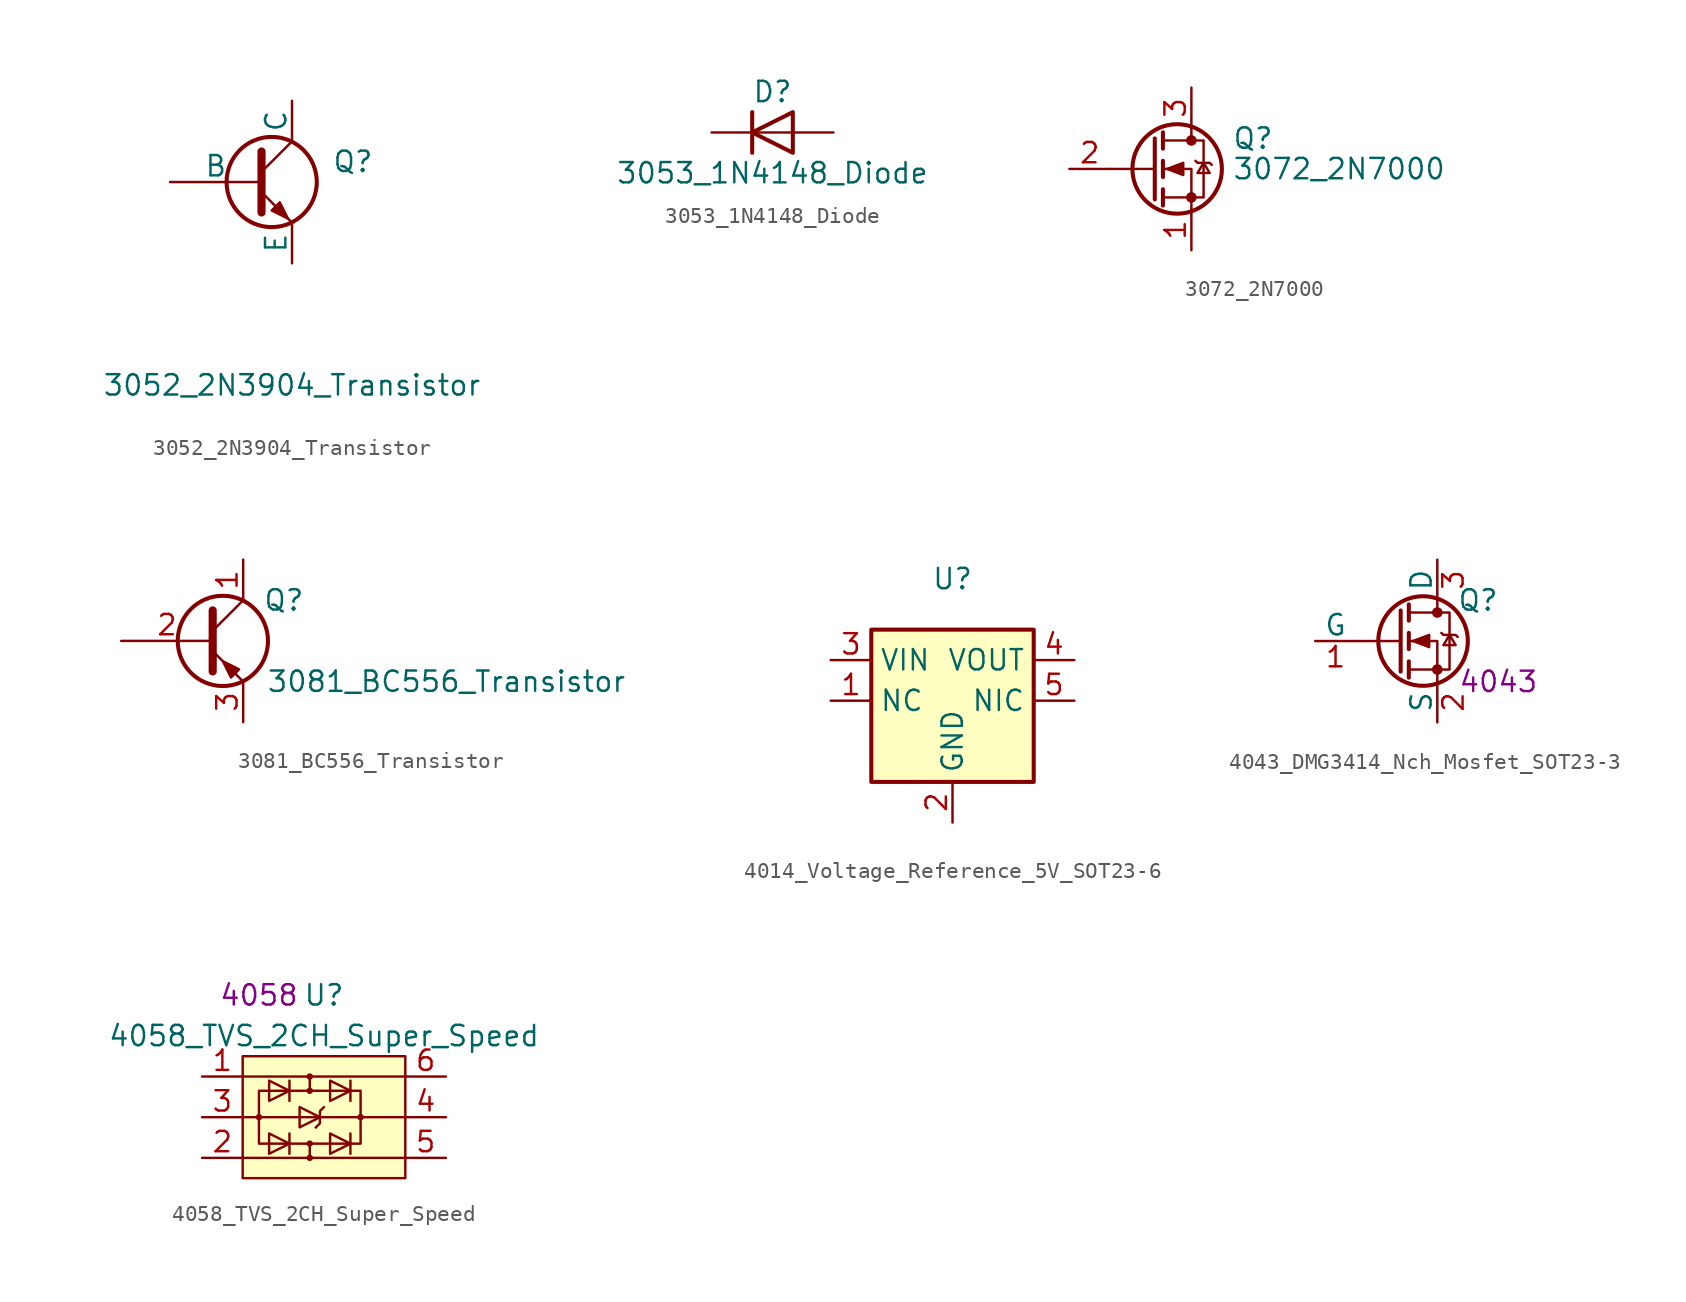
<source format=kicad_sym>
(kicad_symbol_lib
  (version 20211014)
  (generator kicad_symbol_editor)
  (symbol "3052_2N3904_Transistor"
    (pin_numbers hide)
    (pin_names
      (offset 0))
    (property "Reference" "Q"
      (at 5.08 1.27 0)
      (effects (font (size 1.27 1.27))))
    (property "Value" "3052_2N3904_Transistor"
      (at 1.27 -12.7 0)
      (effects (font (size 1.27 1.27))))
    (symbol "3052_2N3904_Transistor_1_1"
      (polyline (pts (xy -0.635 0.635) (xy 1.27 2.54)) (stroke (width 0) (type default) (color 0 0 0 0)) (fill (type none)))
      (polyline (pts (xy -0.635 -0.635) (xy 1.27 -2.54) (xy 1.27 -2.54)) (stroke (width 0) (type default) (color 0 0 0 0)) (fill (type none)))
      (polyline (pts (xy -0.635 1.905) (xy -0.635 -1.905) (xy -0.635 -1.905)) (stroke (width 0.508) (type default) (color 0 0 0 0)) (fill (type none)))
      (polyline (pts (xy 0 -1.778) (xy 0.508 -1.27) (xy 1.016 -2.286) (xy 0 -1.778) (xy 0 -1.778)) (stroke (width 0) (type default) (color 0 0 0 0)) (fill (type outline)))
      (circle (center 0 0) (radius 2.819) (stroke (width 0.254) (type default) (color 0 0 0 0)) (fill (type none)))
      (pin passive line (at 1.27 -5.08 90) (length 2.54) (name "E" (effects (font (size 1.27 1.27)))) (number "1" (effects (font (size 1.27 1.27)))))
      (pin passive line (at -6.35 0 0) (length 5.715) (name "B" (effects (font (size 1.27 1.27)))) (number "2" (effects (font (size 1.27 1.27)))))
      (pin passive line (at 1.27 5.08 270) (length 2.54) (name "C" (effects (font (size 1.27 1.27)))) (number "3" (effects (font (size 1.27 1.27)))))))
  (symbol "3053_1N4148_Diode"
    (pin_numbers hide)
    (pin_names
      (offset 0))
    (property "Reference" "D"
      (at 0 2.54 0)
      (effects (font (size 1.27 1.27))))
    (property "Value" "3053_1N4148_Diode"
      (at 0 -2.54 0)
      (effects (font (size 1.27 1.27))))
    (symbol "3053_1N4148_Diode_1_1"
      (polyline (pts (xy -1.27 1.27) (xy -1.27 -1.27)) (stroke (width 0.254) (type default) (color 0 0 0 0)) (fill (type none)))
      (polyline (pts (xy 1.27 0) (xy -1.27 0)) (stroke (width 0) (type default) (color 0 0 0 0)) (fill (type none)))
      (polyline (pts (xy 1.27 1.27) (xy 1.27 -1.27) (xy -1.27 0) (xy 1.27 1.27)) (stroke (width 0.254) (type default) (color 0 0 0 0)) (fill (type none)))
      (pin passive line (at -3.81 0 0) (length 2.54) (name "~" (effects (font (size 1.27 1.27)))) (number "1" (effects (font (size 1.27 1.27)))))
      (pin passive line (at 3.81 0 180) (length 2.54) (name "~" (effects (font (size 1.27 1.27)))) (number "2" (effects (font (size 1.27 1.27)))))))
  (symbol "3072_2N7000"
    (pin_names hide)
    (property "Reference" "Q"
      (at 5.08 1.905 0)
      (effects (font (size 1.27 1.27)) (justify left)))
    (property "Value" "3072_2N7000"
      (at 5.08 0 0)
      (effects (font (size 1.27 1.27)) (justify left)))
    (symbol "3072_2N7000_0_1"
      (polyline (pts (xy 0.254 0) (xy -2.54 0)) (stroke (width 0) (type default) (color 0 0 0 0)) (fill (type none)))
      (polyline (pts (xy 0.254 1.905) (xy 0.254 -1.905)) (stroke (width 0.254) (type default) (color 0 0 0 0)) (fill (type none)))
      (polyline (pts (xy 0.762 -1.27) (xy 0.762 -2.286)) (stroke (width 0.254) (type default) (color 0 0 0 0)) (fill (type none)))
      (polyline (pts (xy 0.762 0.508) (xy 0.762 -0.508)) (stroke (width 0.254) (type default) (color 0 0 0 0)) (fill (type none)))
      (polyline (pts (xy 0.762 2.286) (xy 0.762 1.27)) (stroke (width 0.254) (type default) (color 0 0 0 0)) (fill (type none)))
      (polyline (pts (xy 2.54 2.54) (xy 2.54 1.778)) (stroke (width 0) (type default) (color 0 0 0 0)) (fill (type none)))
      (polyline (pts (xy 2.54 -2.54) (xy 2.54 0) (xy 0.762 0)) (stroke (width 0) (type default) (color 0 0 0 0)) (fill (type none)))
      (polyline (pts (xy 0.762 -1.778) (xy 3.302 -1.778) (xy 3.302 1.778) (xy 0.762 1.778)) (stroke (width 0) (type default) (color 0 0 0 0)) (fill (type none)))
      (polyline (pts (xy 1.016 0) (xy 2.032 0.381) (xy 2.032 -0.381) (xy 1.016 0)) (stroke (width 0) (type default) (color 0 0 0 0)) (fill (type outline)))
      (polyline (pts (xy 2.794 0.508) (xy 2.921 0.381) (xy 3.683 0.381) (xy 3.81 0.254)) (stroke (width 0) (type default) (color 0 0 0 0)) (fill (type none)))
      (polyline (pts (xy 3.302 0.381) (xy 2.921 -0.254) (xy 3.683 -0.254) (xy 3.302 0.381)) (stroke (width 0) (type default) (color 0 0 0 0)) (fill (type none)))
      (circle (center 1.651 0) (radius 2.794) (stroke (width 0.254) (type default) (color 0 0 0 0)) (fill (type none)))
      (circle (center 2.54 -1.778) (radius 0.254) (stroke (width 0) (type default) (color 0 0 0 0)) (fill (type outline)))
      (circle (center 2.54 1.778) (radius 0.254) (stroke (width 0) (type default) (color 0 0 0 0)) (fill (type outline))))
    (symbol "3072_2N7000_1_1"
      (pin passive line (at 2.54 -5.08 90) (length 2.54) (name "S" (effects (font (size 1.27 1.27)))) (number "1" (effects (font (size 1.27 1.27)))))
      (pin input line (at -5.08 0 0) (length 2.54) (name "G" (effects (font (size 1.27 1.27)))) (number "2" (effects (font (size 1.27 1.27)))))
      (pin passive line (at 2.54 5.08 270) (length 2.54) (name "D" (effects (font (size 1.27 1.27)))) (number "3" (effects (font (size 1.27 1.27)))))))
  (symbol "3081_BC556_Transistor"
    (pin_names
      (offset 1.016) hide)
    (property "Reference" "Q"
      (at 3.81 2.54 0)
      (effects (font (size 1.27 1.27))))
    (property "Value" "3081_BC556_Transistor"
      (at 13.97 -2.54 0)
      (effects (font (size 1.27 1.27))))
    (symbol "3081_BC556_Transistor_1_1"
      (polyline (pts (xy -0.635 0.635) (xy 1.27 2.54)) (stroke (width 0) (type default) (color 0 0 0 0)) (fill (type none)))
      (polyline (pts (xy -0.635 -0.635) (xy 1.27 -2.54) (xy 1.27 -2.54)) (stroke (width 0) (type default) (color 0 0 0 0)) (fill (type none)))
      (polyline (pts (xy -0.635 1.905) (xy -0.635 -1.905) (xy -0.635 -1.905)) (stroke (width 0.508) (type default) (color 0 0 0 0)) (fill (type none)))
      (polyline (pts (xy 1.016 -1.778) (xy 0.508 -2.286) (xy 0 -1.27) (xy 1.016 -1.778) (xy 1.016 -1.778)) (stroke (width 0) (type default) (color 0 0 0 0)) (fill (type outline)))
      (circle (center 0 0) (radius 2.819) (stroke (width 0.254) (type default) (color 0 0 0 0)) (fill (type none)))
      (pin passive line (at 1.27 5.08 270) (length 2.54) (name "C" (effects (font (size 1.27 1.27)))) (number "1" (effects (font (size 1.27 1.27)))))
      (pin input line (at -6.35 0 0) (length 5.715) (name "B" (effects (font (size 1.27 1.27)))) (number "2" (effects (font (size 1.27 1.27)))))
      (pin passive line (at 1.27 -5.08 90) (length 2.54) (name "E" (effects (font (size 1.27 1.27)))) (number "3" (effects (font (size 1.27 1.27)))))))
  (symbol "4014_Voltage_Reference_5V_SOT23-6"
    (property "Reference" "U"
      (at 0 7.62 0)
      (effects (font (size 1.27 1.27))))
    (symbol "4014_Voltage_Reference_5V_SOT23-6_1_1"
      (rectangle (start -5.08 4.445) (end 5.08 -5.08) (stroke (width 0.254) (type default) (color 0 0 0 0)) (fill (type background)))
      (pin passive line (at -7.62 0 0) (length 2.54) (name "NC" (effects (font (size 1.27 1.27)))) (number "1" (effects (font (size 1.27 1.27)))))
      (pin power_in line (at 0 -7.62 90) (length 2.54) (name "GND" (effects (font (size 1.27 1.27)))) (number "2" (effects (font (size 1.27 1.27)))))
      (pin power_in line (at -7.62 2.54 0) (length 2.54) (name "VIN" (effects (font (size 1.27 1.27)))) (number "3" (effects (font (size 1.27 1.27)))))
      (pin output line (at 7.62 2.54 180) (length 2.54) (name "VOUT" (effects (font (size 1.27 1.27)))) (number "4" (effects (font (size 1.27 1.27)))))
      (pin free line (at 7.62 0 180) (length 2.54) (name "NIC" (effects (font (size 1.27 1.27)))) (number "5" (effects (font (size 1.27 1.27)))))))
  (symbol "4043_DMG3414_Nch_Mosfet_SOT23-3"
    (pin_names
      (offset 0))
    (property "Reference" "Q"
      (at 3.81 2.54 0)
      (effects (font (size 1.27 1.27))))
    (property "SPN" "4043"
      (at 5.08 -2.54 0)
      (effects (font (size 1.27 1.27))))
    (symbol "4043_DMG3414_Nch_Mosfet_SOT23-3_0_1"
      (polyline (pts (xy -1.016 0) (xy -3.81 0)) (stroke (width 0) (type default) (color 0 0 0 0)) (fill (type none)))
      (polyline (pts (xy -1.016 1.905) (xy -1.016 -1.905)) (stroke (width 0.254) (type default) (color 0 0 0 0)) (fill (type none)))
      (polyline (pts (xy -0.508 -1.27) (xy -0.508 -2.286)) (stroke (width 0.254) (type default) (color 0 0 0 0)) (fill (type none)))
      (polyline (pts (xy -0.508 0.508) (xy -0.508 -0.508)) (stroke (width 0.254) (type default) (color 0 0 0 0)) (fill (type none)))
      (polyline (pts (xy -0.508 2.286) (xy -0.508 1.27)) (stroke (width 0.254) (type default) (color 0 0 0 0)) (fill (type none)))
      (polyline (pts (xy 1.27 2.54) (xy 1.27 1.778)) (stroke (width 0) (type default) (color 0 0 0 0)) (fill (type none)))
      (polyline (pts (xy 1.27 -2.54) (xy 1.27 0) (xy -0.508 0)) (stroke (width 0) (type default) (color 0 0 0 0)) (fill (type none)))
      (polyline (pts (xy -0.508 -1.778) (xy 2.032 -1.778) (xy 2.032 1.778) (xy -0.508 1.778)) (stroke (width 0) (type default) (color 0 0 0 0)) (fill (type none)))
      (polyline (pts (xy -0.254 0) (xy 0.762 0.381) (xy 0.762 -0.381) (xy -0.254 0)) (stroke (width 0) (type default) (color 0 0 0 0)) (fill (type outline)))
      (polyline (pts (xy 1.524 0.508) (xy 1.651 0.381) (xy 2.413 0.381) (xy 2.54 0.254)) (stroke (width 0) (type default) (color 0 0 0 0)) (fill (type none)))
      (polyline (pts (xy 2.032 0.381) (xy 1.651 -0.254) (xy 2.413 -0.254) (xy 2.032 0.381)) (stroke (width 0) (type default) (color 0 0 0 0)) (fill (type none)))
      (circle (center 0.381 0) (radius 2.794) (stroke (width 0.254) (type default) (color 0 0 0 0)) (fill (type none)))
      (circle (center 1.27 -1.778) (radius 0.254) (stroke (width 0) (type default) (color 0 0 0 0)) (fill (type outline)))
      (circle (center 1.27 1.778) (radius 0.254) (stroke (width 0) (type default) (color 0 0 0 0)) (fill (type outline))))
    (symbol "4043_DMG3414_Nch_Mosfet_SOT23-3_1_1"
      (pin input line (at -6.35 0 0) (length 2.54) (name "G" (effects (font (size 1.27 1.27)))) (number "1" (effects (font (size 1.27 1.27)))))
      (pin passive line (at 1.27 -5.08 90) (length 2.54) (name "S" (effects (font (size 1.27 1.27)))) (number "2" (effects (font (size 1.27 1.27)))))
      (pin passive line (at 1.27 5.08 270) (length 2.54) (name "D" (effects (font (size 1.27 1.27)))) (number "3" (effects (font (size 1.27 1.27)))))))
  (symbol "4058_TVS_2CH_Super_Speed"
    (property "Reference" "U"
      (at 0 7.62 0)
      (effects (font (size 1.27 1.27))))
    (property "Value" "4058_TVS_2CH_Super_Speed"
      (at 0 5.08 0)
      (effects (font (size 1.27 1.27))))
    (property "SPN" "4058"
      (at -4.064 7.62 0)
      (effects (font (size 1.27 1.27))))
    (symbol "4058_TVS_2CH_Super_Speed_0_1"
      (rectangle (start -5.08 3.81) (end 5.08 -3.81) (stroke (width 0) (type default) (color 0 0 0 0)) (fill (type background)))
      (circle (center -4.064 0) (radius 0.127) (stroke (width 0) (type default) (color 0 0 0 0)) (fill (type none)))
      (rectangle (start -4.064 1.651) (end 2.286 -1.651) (stroke (width 0) (type default) (color 0 0 0 0)) (fill (type none)))
      (circle (center -0.889 -2.54) (radius 0.127) (stroke (width 0) (type default) (color 0 0 0 0)) (fill (type none)))
      (circle (center -0.889 -1.651) (radius 0.127) (stroke (width 0) (type default) (color 0 0 0 0)) (fill (type none)))
      (circle (center -0.889 1.651) (radius 0.127) (stroke (width 0) (type default) (color 0 0 0 0)) (fill (type none)))
      (circle (center -0.889 2.54) (radius 0.127) (stroke (width 0) (type default) (color 0 0 0 0)) (fill (type none)))
      (polyline (pts (xy -5.08 -2.54) (xy 5.08 -2.54)) (stroke (width 0) (type default) (color 0 0 0 0)) (fill (type none)))
      (polyline (pts (xy -5.08 2.54) (xy 5.08 2.54)) (stroke (width 0) (type default) (color 0 0 0 0)) (fill (type none)))
      (polyline (pts (xy -4.064 0) (xy -5.08 0)) (stroke (width 0) (type default) (color 0 0 0 0)) (fill (type none)))
      (polyline (pts (xy -4.064 0) (xy 2.286 0)) (stroke (width 0) (type default) (color 0 0 0 0)) (fill (type outline)))
      (polyline (pts (xy -2.159 -1.016) (xy -2.159 -2.286)) (stroke (width 0) (type default) (color 0 0 0 0)) (fill (type none)))
      (polyline (pts (xy -2.159 2.286) (xy -2.159 1.016)) (stroke (width 0) (type default) (color 0 0 0 0)) (fill (type none)))
      (polyline (pts (xy -0.889 -1.651) (xy -0.889 -2.413)) (stroke (width 0) (type default) (color 0 0 0 0)) (fill (type none)))
      (polyline (pts (xy -0.889 1.651) (xy -0.889 2.54)) (stroke (width 0) (type default) (color 0 0 0 0)) (fill (type none)))
      (polyline (pts (xy -0.508 -0.635) (xy -0.508 -0.635)) (stroke (width 0) (type default) (color 0 0 0 0)) (fill (type none)))
      (polyline (pts (xy 1.651 -1.016) (xy 1.651 -2.286)) (stroke (width 0) (type default) (color 0 0 0 0)) (fill (type none)))
      (polyline (pts (xy 1.651 2.286) (xy 1.651 1.016)) (stroke (width 0) (type default) (color 0 0 0 0)) (fill (type none)))
      (polyline (pts (xy 2.286 0) (xy 5.08 0)) (stroke (width 0) (type default) (color 0 0 0 0)) (fill (type none)))
      (polyline (pts (xy -3.429 -1.016) (xy -3.429 -2.286) (xy -2.159 -1.651) (xy -3.429 -1.016)) (stroke (width 0) (type default) (color 0 0 0 0)) (fill (type none)))
      (polyline (pts (xy -3.429 1.016) (xy -3.429 2.286) (xy -2.159 1.651) (xy -3.429 1.016)) (stroke (width 0) (type default) (color 0 0 0 0)) (fill (type none)))
      (polyline (pts (xy 0 0.635) (xy -0.254 0.381) (xy -0.254 -0.381) (xy -0.508 -0.635)) (stroke (width 0) (type default) (color 0 0 0 0)) (fill (type none)))
      (polyline (pts (xy 0.381 -1.016) (xy 0.381 -2.286) (xy 1.651 -1.651) (xy 0.381 -1.016)) (stroke (width 0) (type default) (color 0 0 0 0)) (fill (type none)))
      (polyline (pts (xy 0.381 1.016) (xy 0.381 2.286) (xy 1.651 1.651) (xy 0.381 1.016)) (stroke (width 0) (type default) (color 0 0 0 0)) (fill (type none)))
      (circle (center 2.286 0) (radius 0.127) (stroke (width 0) (type default) (color 0 0 0 0)) (fill (type none))))
    (symbol "4058_TVS_2CH_Super_Speed_1_1"
      (polyline (pts (xy -1.524 0.635) (xy -1.524 -0.635) (xy -0.254 0) (xy -1.524 0.635)) (stroke (width 0) (type default) (color 0 0 0 0)) (fill (type none)))
      (pin passive line (at -7.62 2.54 0) (length 2.54) (name "~" (effects (font (size 1.27 1.27)))) (number "1" (effects (font (size 1.27 1.27)))))
      (pin passive line (at -7.62 -2.54 0) (length 2.54) (name "~" (effects (font (size 1.27 1.27)))) (number "2" (effects (font (size 1.27 1.27)))))
      (pin passive line (at -7.62 0 0) (length 2.54) (name "~" (effects (font (size 1.27 1.27)))) (number "3" (effects (font (size 1.27 1.27)))))
      (pin passive line (at 7.62 0 180) (length 2.54) (name "~" (effects (font (size 1.27 1.27)))) (number "4" (effects (font (size 1.27 1.27)))))
      (pin passive line (at 7.62 -2.54 180) (length 2.54) (name "~" (effects (font (size 1.27 1.27)))) (number "5" (effects (font (size 1.27 1.27)))))
      (pin passive line (at 7.62 2.54 180) (length 2.54) (name "~" (effects (font (size 1.27 1.27)))) (number "6" (effects (font (size 1.27 1.27))))))))
</source>
